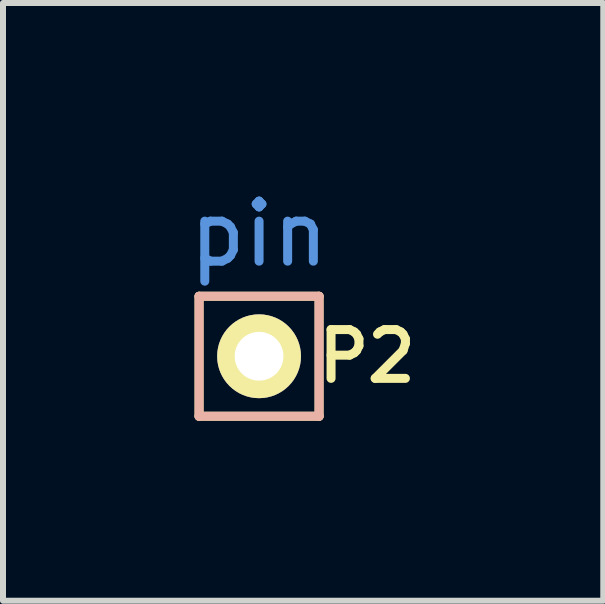
<source format=kicad_pcb>
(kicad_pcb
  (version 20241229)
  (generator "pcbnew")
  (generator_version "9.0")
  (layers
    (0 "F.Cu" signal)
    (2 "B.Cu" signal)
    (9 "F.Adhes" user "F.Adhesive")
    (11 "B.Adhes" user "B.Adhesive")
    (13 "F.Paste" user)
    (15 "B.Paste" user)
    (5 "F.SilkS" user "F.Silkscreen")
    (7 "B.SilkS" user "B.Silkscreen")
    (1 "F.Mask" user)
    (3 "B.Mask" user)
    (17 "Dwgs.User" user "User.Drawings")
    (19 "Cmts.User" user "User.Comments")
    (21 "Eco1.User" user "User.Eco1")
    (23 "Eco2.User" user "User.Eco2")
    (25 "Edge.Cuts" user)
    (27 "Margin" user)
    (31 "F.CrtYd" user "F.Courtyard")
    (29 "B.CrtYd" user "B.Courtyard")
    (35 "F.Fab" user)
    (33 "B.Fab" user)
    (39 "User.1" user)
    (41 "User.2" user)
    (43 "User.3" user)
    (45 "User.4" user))
  (footprint "pin"
    (layer "F.Cu")
    (at 1.268 2.888)
    (property "Reference" "pin" (at 0 -2.04 0) (layer "Cmts.User") (effects (font (size 1 1) (thickness 0.15))))
    (attr through_hole)
    (fp_line (start -1 -1) (end -1 1) (stroke (width 0.15) (type solid)) (layer "F.SilkS"))
    (fp_line (start -1 1) (end 1 1) (stroke (width 0.15) (type solid)) (layer "F.SilkS"))
    (fp_line (start 1 -1) (end -1 -1) (stroke (width 0.15) (type solid)) (layer "F.SilkS"))
    (fp_line (start 1 1) (end 1 -1) (stroke (width 0.15) (type solid)) (layer "F.SilkS"))
    (fp_line (start -1 -1) (end 1 -1) (stroke (width 0.15) (type solid)) (layer "B.SilkS"))
    (fp_line (start -1 1) (end -1 -1) (stroke (width 0.15) (type solid)) (layer "B.SilkS"))
    (fp_line (start 1 -1) (end 1 1) (stroke (width 0.15) (type solid)) (layer "B.SilkS"))
    (fp_line (start 1 1) (end -1 1) (stroke (width 0.15) (type solid)) (layer "B.SilkS"))
    (fp_text user "P2" (at 1.8 0 0) (layer "F.SilkS") (effects (font (size 0.813 0.813) (thickness 0.15))))
    (pad "1" thru_hole circle (at 0 0) (size 1.397 1.397) (drill 0.813) (layers "*.Cu" "*.Mask" "F.SilkS")))
  (gr_rect
    (start -3 -3)
    (end 7.005 6.963)
    (stroke (width 0.1) (type default))
    (fill no)
    (layer "Edge.Cuts")))
</source>
